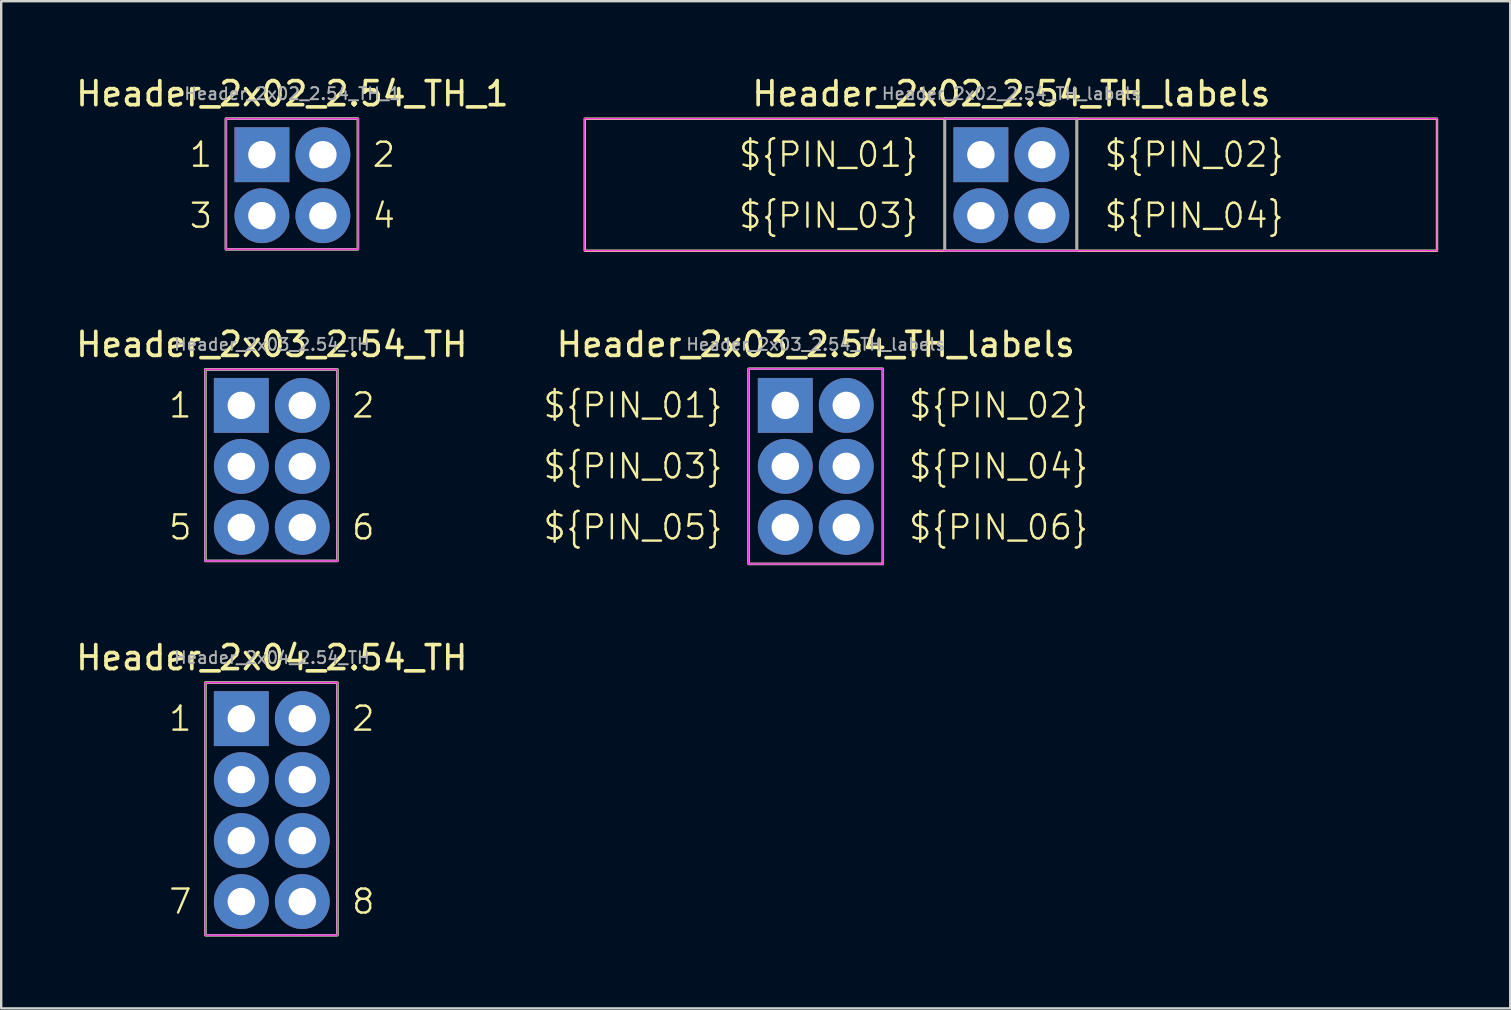
<source format=kicad_pcb>
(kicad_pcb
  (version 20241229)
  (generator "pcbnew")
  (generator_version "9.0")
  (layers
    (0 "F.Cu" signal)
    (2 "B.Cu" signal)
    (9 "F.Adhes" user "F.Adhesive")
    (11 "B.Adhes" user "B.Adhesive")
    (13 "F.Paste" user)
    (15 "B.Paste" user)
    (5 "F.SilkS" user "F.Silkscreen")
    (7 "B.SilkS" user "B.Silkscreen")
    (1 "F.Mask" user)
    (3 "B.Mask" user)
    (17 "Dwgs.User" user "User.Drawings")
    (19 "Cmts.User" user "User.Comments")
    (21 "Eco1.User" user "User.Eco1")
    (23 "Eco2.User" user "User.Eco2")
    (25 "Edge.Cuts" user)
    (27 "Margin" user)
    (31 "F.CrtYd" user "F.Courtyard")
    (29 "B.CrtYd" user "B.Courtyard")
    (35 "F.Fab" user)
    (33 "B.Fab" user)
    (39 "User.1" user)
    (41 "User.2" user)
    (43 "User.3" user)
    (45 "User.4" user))
  (footprint "Header_2x02_2.54_TH_labels"
    (layer "F.Cu")
    (at 37.809 3.394)
    (property "Reference" "Header_2x02_2.54_TH_labels" (at 1.27 -2.54 0) (layer "F.SilkS") (effects (font (size 1 1) (thickness 0.153))))
    (attr through_hole)
    (fp_rect (start -16.5 -1.5) (end -1.5 4) (stroke (width 0.1) (type default)) (fill no) (layer "F.SilkS"))
    (fp_rect (start -1.5 -1.5) (end 4 4) (stroke (width 0.1) (type default)) (fill no) (layer "F.SilkS"))
    (fp_rect (start 4 -1.5) (end 19 4) (stroke (width 0.1) (type default)) (fill no) (layer "F.SilkS"))
    (fp_line (start -16.5 -1.5) (end 19 -1.5) (stroke (width 0.05) (type default)) (layer "F.CrtYd"))
    (fp_line (start -16.5 4) (end -16.5 -1.5) (stroke (width 0.05) (type default)) (layer "F.CrtYd"))
    (fp_line (start 19 -1.5) (end 19 4) (stroke (width 0.05) (type default)) (layer "F.CrtYd"))
    (fp_line (start 19 4) (end -16.5 4) (stroke (width 0.05) (type default)) (layer "F.CrtYd"))
    (fp_rect (start -1.5 -1.5) (end 4 4) (stroke (width 0.1) (type default)) (fill no) (layer "F.Fab"))
    (fp_text user "${PIN_03}" (at -2.54 2.54 0) (unlocked yes) (layer "F.SilkS") (effects (font (size 1 1) (thickness 0.1)) (justify right)))
    (fp_text user "${PIN_04}" (at 5.08 2.54 0) (unlocked yes) (layer "F.SilkS") (effects (font (size 1 1) (thickness 0.1)) (justify left)))
    (fp_text user "${PIN_01}" (at -2.54 0 0) (unlocked yes) (layer "F.SilkS") (effects (font (size 1 1) (thickness 0.1)) (justify right)))
    (fp_text user "${PIN_02}" (at 5.08 0 0) (unlocked yes) (layer "F.SilkS") (effects (font (size 1 1) (thickness 0.1)) (justify left)))
    (fp_text user "${REFERENCE}" (at 1.27 -2.54 0) (layer "F.Fab") (effects (font (size 0.5 0.5) (thickness 0.08))))
    (pad "1" thru_hole rect (at 0 0) (size 2.286 2.286) (drill 1.143) (layers "*.Cu" "*.Mask"))
    (pad "2" thru_hole circle (at 2.54 0) (size 2.286 2.286) (drill 1.143) (layers "*.Cu" "*.Mask"))
    (pad "3" thru_hole circle (at 0 2.54) (size 2.286 2.286) (drill 1.143) (layers "*.Cu" "*.Mask"))
    (pad "4" thru_hole circle (at 2.54 2.54) (size 2.286 2.286) (drill 1.143) (layers "*.Cu" "*.Mask")))
  (footprint "Header_2x04_2.54_TH"
    (layer "F.Cu")
    (at 7.002 26.885)
    (property "Reference" "Header_2x04_2.54_TH" (at 1.27 -2.54 0) (layer "F.SilkS") (effects (font (size 1 1) (thickness 0.153))))
    (attr through_hole)
    (fp_rect (start -1.5 -1.5) (end 4 9.02) (stroke (width 0.1) (type default)) (fill no) (layer "F.SilkS"))
    (fp_line (start -1.5 -1.5) (end 4 -1.5) (stroke (width 0.05) (type default)) (layer "F.CrtYd"))
    (fp_line (start -1.5 9.02) (end -1.5 -1.5) (stroke (width 0.05) (type default)) (layer "F.CrtYd"))
    (fp_line (start 4 -1.5) (end 4 9.02) (stroke (width 0.05) (type default)) (layer "F.CrtYd"))
    (fp_line (start 4 9.02) (end -1.5 9.02) (stroke (width 0.05) (type default)) (layer "F.CrtYd"))
    (fp_rect (start -1.5 -1.5) (end 4 9.02) (stroke (width 0.1) (type default)) (fill no) (layer "F.Fab"))
    (fp_text user "8" (at 5.08 7.62 0) (unlocked yes) (layer "F.SilkS") (effects (font (size 1 1) (thickness 0.1))))
    (fp_text user "2" (at 5.08 0 0) (unlocked yes) (layer "F.SilkS") (effects (font (size 1 1) (thickness 0.1))))
    (fp_text user "1" (at -2.54 0 0) (unlocked yes) (layer "F.SilkS") (effects (font (size 1 1) (thickness 0.1))))
    (fp_text user "7" (at -2.54 7.62 0) (unlocked yes) (layer "F.SilkS") (effects (font (size 1 1) (thickness 0.1))))
    (fp_text user "${REFERENCE}" (at 1.27 -2.54 0) (layer "F.Fab") (effects (font (size 0.5 0.5) (thickness 0.08))))
    (pad "1" thru_hole rect (at 0 0) (size 2.286 2.286) (drill 1.143) (layers "*.Cu" "*.Mask"))
    (pad "2" thru_hole circle (at 2.54 0) (size 2.286 2.286) (drill 1.143) (layers "*.Cu" "*.Mask"))
    (pad "3" thru_hole circle (at 0 2.54) (size 2.286 2.286) (drill 1.143) (layers "*.Cu" "*.Mask"))
    (pad "4" thru_hole circle (at 2.54 2.54) (size 2.286 2.286) (drill 1.143) (layers "*.Cu" "*.Mask"))
    (pad "5" thru_hole circle (at 0 5.08) (size 2.286 2.286) (drill 1.143) (layers "*.Cu" "*.Mask"))
    (pad "6" thru_hole circle (at 2.54 5.08) (size 2.286 2.286) (drill 1.143) (layers "*.Cu" "*.Mask"))
    (pad "7" thru_hole circle (at 0 7.62) (size 2.286 2.286) (drill 1.143) (layers "*.Cu" "*.Mask"))
    (pad "8" thru_hole circle (at 2.54 7.62) (size 2.286 2.286) (drill 1.143) (layers "*.Cu" "*.Mask")))
  (footprint "Header_2x03_2.54_TH_labels"
    (layer "F.Cu")
    (at 29.661 13.837)
    (property "Reference" "Header_2x03_2.54_TH_labels" (at 1.27 -2.54 0) (layer "F.SilkS") (effects (font (size 1 1) (thickness 0.153))))
    (attr through_hole)
    (fp_rect (start -1.524 -1.524) (end 4.064 6.604) (stroke (width 0.1) (type default)) (fill no) (layer "F.SilkS"))
    (fp_rect (start -1.524 -1.524) (end 4.064 6.604) (stroke (width 0.05) (type default)) (fill no) (layer "F.CrtYd"))
    (fp_rect (start -1.524 -1.524) (end 4.064 6.604) (stroke (width 0.1) (type default)) (fill no) (layer "F.Fab"))
    (fp_text user "${PIN_03}" (at -2.54 2.54 0) (unlocked yes) (layer "F.SilkS") (effects (font (size 1 1) (thickness 0.1)) (justify right)))
    (fp_text user "${PIN_01}" (at -2.54 0 0) (unlocked yes) (layer "F.SilkS") (effects (font (size 1 1) (thickness 0.1)) (justify right)))
    (fp_text user "${PIN_06}" (at 5.08 5.08 0) (unlocked yes) (layer "F.SilkS") (effects (font (size 1 1) (thickness 0.1)) (justify left)))
    (fp_text user "${PIN_02}" (at 5.08 0 0) (unlocked yes) (layer "F.SilkS") (effects (font (size 1 1) (thickness 0.1)) (justify left)))
    (fp_text user "${PIN_04}" (at 5.08 2.54 0) (unlocked yes) (layer "F.SilkS") (effects (font (size 1 1) (thickness 0.1)) (justify left)))
    (fp_text user "${PIN_05}" (at -2.54 5.08 0) (unlocked yes) (layer "F.SilkS") (effects (font (size 1 1) (thickness 0.1)) (justify right)))
    (fp_text user "${REFERENCE}" (at 1.27 -2.54 0) (layer "F.Fab") (effects (font (size 0.5 0.5) (thickness 0.08))))
    (pad "1" thru_hole rect (at 0 0) (size 2.286 2.286) (drill 1.143) (layers "*.Cu" "*.Mask"))
    (pad "2" thru_hole circle (at 2.54 0) (size 2.286 2.286) (drill 1.143) (layers "*.Cu" "*.Mask"))
    (pad "3" thru_hole circle (at 0 2.54) (size 2.286 2.286) (drill 1.143) (layers "*.Cu" "*.Mask"))
    (pad "4" thru_hole circle (at 2.54 2.54) (size 2.286 2.286) (drill 1.143) (layers "*.Cu" "*.Mask"))
    (pad "5" thru_hole circle (at 0 5.08) (size 2.286 2.286) (drill 1.143) (layers "*.Cu" "*.Mask"))
    (pad "6" thru_hole circle (at 2.54 5.08) (size 2.286 2.286) (drill 1.143) (layers "*.Cu" "*.Mask")))
  (footprint "Header_2x03_2.54_TH"
    (layer "F.Cu")
    (at 7.002 13.837)
    (property "Reference" "Header_2x03_2.54_TH" (at 1.27 -2.54 0) (layer "F.SilkS") (effects (font (size 1 1) (thickness 0.153))))
    (attr through_hole)
    (fp_rect (start -1.5 -1.5) (end 4 6.48) (stroke (width 0.1) (type default)) (fill no) (layer "F.SilkS"))
    (fp_line (start -1.5 -1.5) (end 4 -1.5) (stroke (width 0.05) (type default)) (layer "F.CrtYd"))
    (fp_line (start -1.5 6.48) (end -1.5 -1.5) (stroke (width 0.05) (type default)) (layer "F.CrtYd"))
    (fp_line (start 4 -1.5) (end 4 6.48) (stroke (width 0.05) (type default)) (layer "F.CrtYd"))
    (fp_line (start 4 6.48) (end -1.5 6.48) (stroke (width 0.05) (type default)) (layer "F.CrtYd"))
    (fp_rect (start -1.5 -1.5) (end 4 6.48) (stroke (width 0.1) (type default)) (fill no) (layer "F.Fab"))
    (fp_text user "2" (at 5.08 0 0) (unlocked yes) (layer "F.SilkS") (effects (font (size 1 1) (thickness 0.1))))
    (fp_text user "6" (at 5.08 5.08 0) (unlocked yes) (layer "F.SilkS") (effects (font (size 1 1) (thickness 0.1))))
    (fp_text user "5" (at -2.54 5.08 0) (unlocked yes) (layer "F.SilkS") (effects (font (size 1 1) (thickness 0.1))))
    (fp_text user "1" (at -2.54 0 0) (unlocked yes) (layer "F.SilkS") (effects (font (size 1 1) (thickness 0.1))))
    (fp_text user "${REFERENCE}" (at 1.27 -2.54 0) (layer "F.Fab") (effects (font (size 0.5 0.5) (thickness 0.08))))
    (pad "1" thru_hole rect (at 0 0) (size 2.286 2.286) (drill 1.143) (layers "*.Cu" "*.Mask"))
    (pad "2" thru_hole circle (at 2.54 0) (size 2.286 2.286) (drill 1.143) (layers "*.Cu" "*.Mask"))
    (pad "3" thru_hole circle (at 0 2.54) (size 2.286 2.286) (drill 1.143) (layers "*.Cu" "*.Mask"))
    (pad "4" thru_hole circle (at 2.54 2.54) (size 2.286 2.286) (drill 1.143) (layers "*.Cu" "*.Mask"))
    (pad "5" thru_hole circle (at 0 5.08) (size 2.286 2.286) (drill 1.143) (layers "*.Cu" "*.Mask"))
    (pad "6" thru_hole circle (at 2.54 5.08) (size 2.286 2.286) (drill 1.143) (layers "*.Cu" "*.Mask")))
  (footprint "Header_2x02_2.54_TH_1"
    (layer "F.Cu")
    (at 7.86 3.394)
    (property "Reference" "Header_2x02_2.54_TH_1" (at 1.27 -2.54 0) (layer "F.SilkS") (effects (font (size 1 1) (thickness 0.153))))
    (attr through_hole)
    (fp_rect (start -1.5 -1.5) (end 4 3.94) (stroke (width 0.1) (type default)) (fill no) (layer "F.SilkS"))
    (fp_line (start -1.5 -1.5) (end 4 -1.5) (stroke (width 0.05) (type default)) (layer "F.CrtYd"))
    (fp_line (start -1.5 3.94) (end -1.5 -1.5) (stroke (width 0.05) (type default)) (layer "F.CrtYd"))
    (fp_line (start 4 -1.5) (end 4 3.94) (stroke (width 0.05) (type default)) (layer "F.CrtYd"))
    (fp_line (start 4 3.94) (end -1.5 3.94) (stroke (width 0.05) (type default)) (layer "F.CrtYd"))
    (fp_rect (start -1.5 -1.5) (end 4 3.94) (stroke (width 0.1) (type default)) (fill no) (layer "F.Fab"))
    (fp_text user "3" (at -2.54 2.54 0) (unlocked yes) (layer "F.SilkS") (effects (font (size 1 1) (thickness 0.1))))
    (fp_text user "2" (at 5.08 0 0) (unlocked yes) (layer "F.SilkS") (effects (font (size 1 1) (thickness 0.1))))
    (fp_text user "4" (at 5.08 2.54 0) (unlocked yes) (layer "F.SilkS") (effects (font (size 1 1) (thickness 0.1))))
    (fp_text user "1" (at -2.54 0 0) (unlocked yes) (layer "F.SilkS") (effects (font (size 1 1) (thickness 0.1))))
    (fp_text user "${REFERENCE}" (at 1.27 -2.54 0) (layer "F.Fab") (effects (font (size 0.5 0.5) (thickness 0.08))))
    (pad "1" thru_hole rect (at 0 0) (size 2.286 2.286) (drill 1.143) (layers "*.Cu" "*.Mask"))
    (pad "2" thru_hole circle (at 2.54 0) (size 2.286 2.286) (drill 1.143) (layers "*.Cu" "*.Mask"))
    (pad "3" thru_hole circle (at 0 2.54) (size 2.286 2.286) (drill 1.143) (layers "*.Cu" "*.Mask"))
    (pad "4" thru_hole circle (at 2.54 2.54) (size 2.286 2.286) (drill 1.143) (layers "*.Cu" "*.Mask")))
  (gr_rect
    (start -3 -3)
    (end 59.859 38.955)
    (stroke (width 0.1) (type default))
    (fill no)
    (layer "Edge.Cuts")))
</source>
